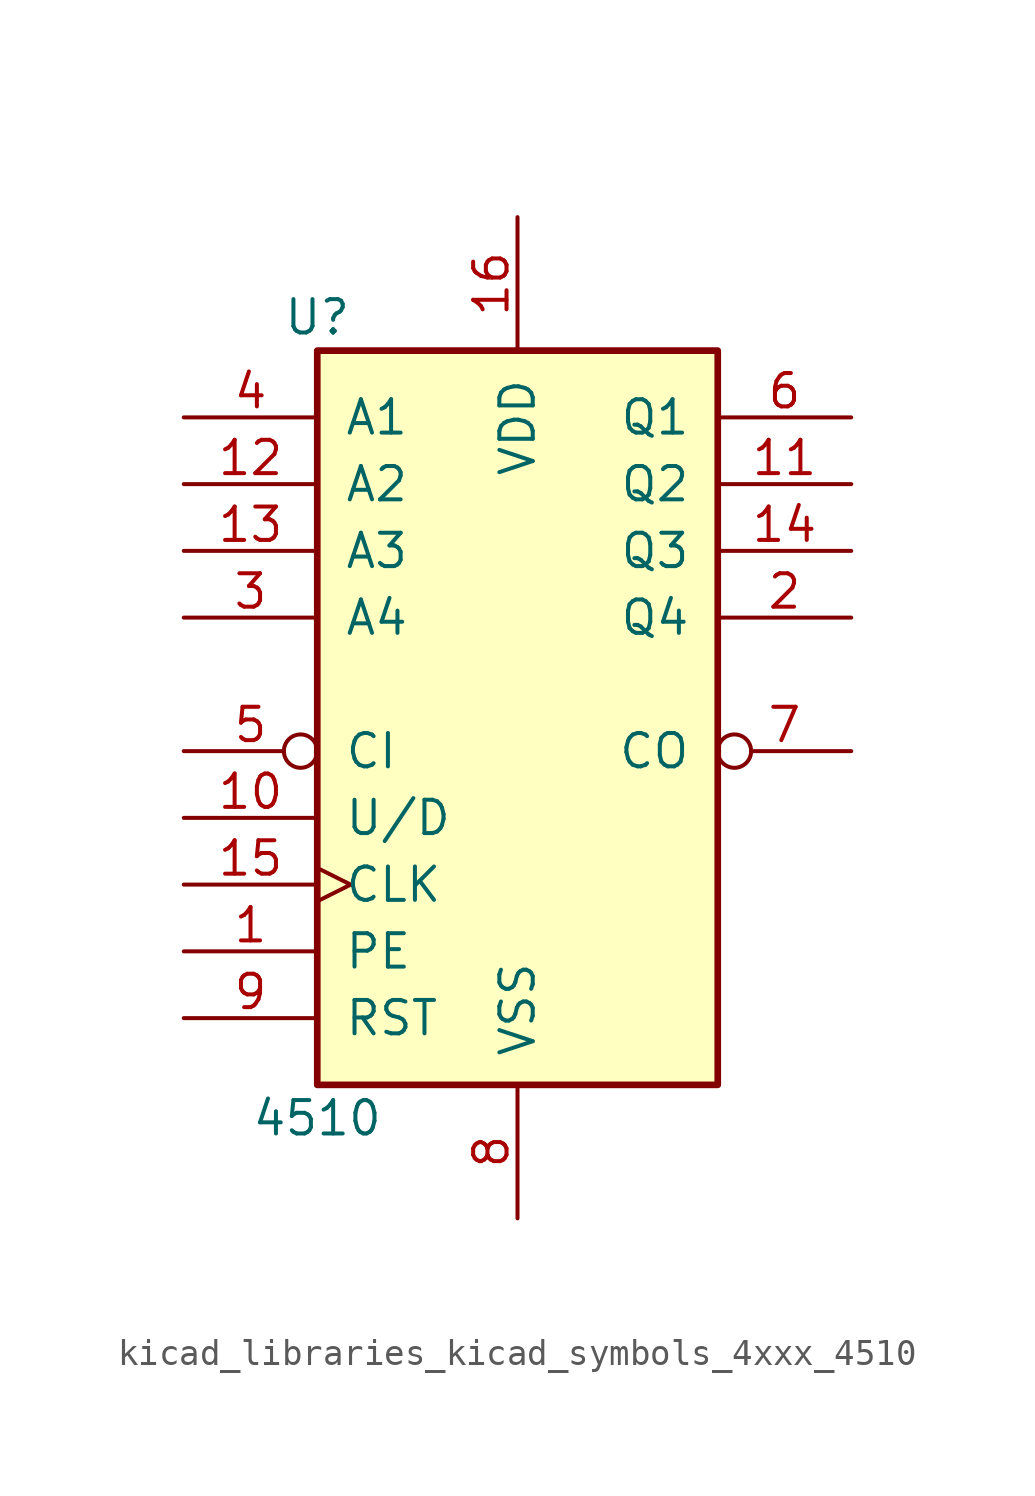
<source format=kicad_sym>
(kicad_symbol_lib
  (version 20220914)
  (generator kicad_symbol_editor)
  (symbol "kicad_libraries_kicad_symbols_4xxx_4510"
    (pin_names
      (offset 1.016))
    (property "Reference" "U"
      (at -7.62 13.97 0)
      (effects (font (size 1.27 1.27))))
    (property "Value" "4510"
      (at -7.62 -16.51 0)
      (effects (font (size 1.27 1.27))))
    (property "ki_locked" ""
      (at 0 0 0)
      (effects (font (size 1.27 1.27))))
    (symbol "kicad_libraries_kicad_symbols_4xxx_4510_1_0"
      (pin input line (at -12.7 -10.16 0) (length 5.08) (name "PE" (effects (font (size 1.27 1.27)))) (number "1" (effects (font (size 1.27 1.27)))))
      (pin input line (at -12.7 -5.08 0) (length 5.08) (name "U/D" (effects (font (size 1.27 1.27)))) (number "10" (effects (font (size 1.27 1.27)))))
      (pin output line (at 12.7 7.62 180) (length 5.08) (name "Q2" (effects (font (size 1.27 1.27)))) (number "11" (effects (font (size 1.27 1.27)))))
      (pin input line (at -12.7 7.62 0) (length 5.08) (name "A2" (effects (font (size 1.27 1.27)))) (number "12" (effects (font (size 1.27 1.27)))))
      (pin input line (at -12.7 5.08 0) (length 5.08) (name "A3" (effects (font (size 1.27 1.27)))) (number "13" (effects (font (size 1.27 1.27)))))
      (pin output line (at 12.7 5.08 180) (length 5.08) (name "Q3" (effects (font (size 1.27 1.27)))) (number "14" (effects (font (size 1.27 1.27)))))
      (pin input clock (at -12.7 -7.62 0) (length 5.08) (name "CLK" (effects (font (size 1.27 1.27)))) (number "15" (effects (font (size 1.27 1.27)))))
      (pin power_in line (at 0 17.78 270) (length 5.08) (name "VDD" (effects (font (size 1.27 1.27)))) (number "16" (effects (font (size 1.27 1.27)))))
      (pin output line (at 12.7 2.54 180) (length 5.08) (name "Q4" (effects (font (size 1.27 1.27)))) (number "2" (effects (font (size 1.27 1.27)))))
      (pin input line (at -12.7 2.54 0) (length 5.08) (name "A4" (effects (font (size 1.27 1.27)))) (number "3" (effects (font (size 1.27 1.27)))))
      (pin input line (at -12.7 10.16 0) (length 5.08) (name "A1" (effects (font (size 1.27 1.27)))) (number "4" (effects (font (size 1.27 1.27)))))
      (pin input inverted (at -12.7 -2.54 0) (length 5.08) (name "CI" (effects (font (size 1.27 1.27)))) (number "5" (effects (font (size 1.27 1.27)))))
      (pin output line (at 12.7 10.16 180) (length 5.08) (name "Q1" (effects (font (size 1.27 1.27)))) (number "6" (effects (font (size 1.27 1.27)))))
      (pin output inverted (at 12.7 -2.54 180) (length 5.08) (name "CO" (effects (font (size 1.27 1.27)))) (number "7" (effects (font (size 1.27 1.27)))))
      (pin power_in line (at 0 -20.32 90) (length 5.08) (name "VSS" (effects (font (size 1.27 1.27)))) (number "8" (effects (font (size 1.27 1.27)))))
      (pin input line (at -12.7 -12.7 0) (length 5.08) (name "RST" (effects (font (size 1.27 1.27)))) (number "9" (effects (font (size 1.27 1.27))))))
    (symbol "kicad_libraries_kicad_symbols_4xxx_4510_1_1"
      (rectangle (start -7.62 12.7) (end 7.62 -15.24) (stroke (width 0.254) (type default)) (fill (type background))))))
</source>
